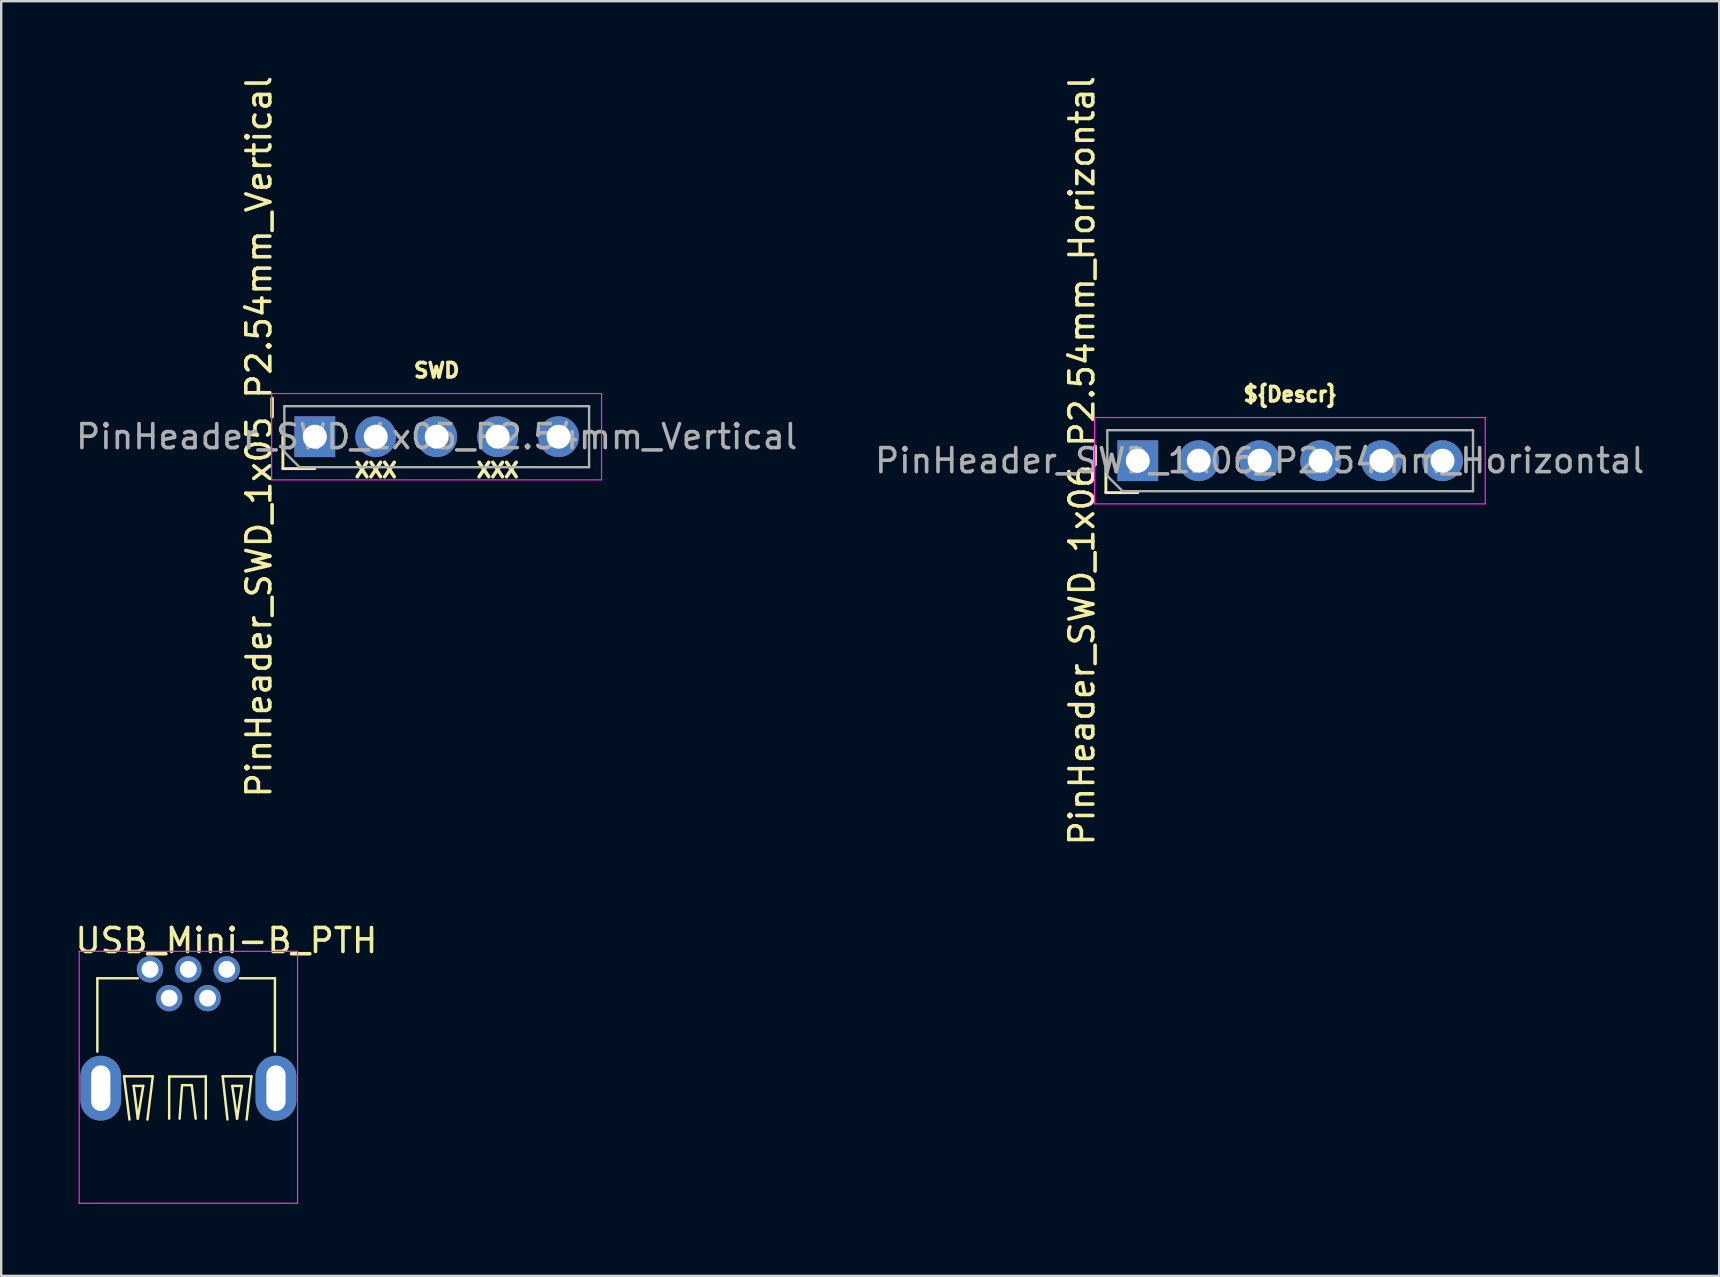
<source format=kicad_pcb>
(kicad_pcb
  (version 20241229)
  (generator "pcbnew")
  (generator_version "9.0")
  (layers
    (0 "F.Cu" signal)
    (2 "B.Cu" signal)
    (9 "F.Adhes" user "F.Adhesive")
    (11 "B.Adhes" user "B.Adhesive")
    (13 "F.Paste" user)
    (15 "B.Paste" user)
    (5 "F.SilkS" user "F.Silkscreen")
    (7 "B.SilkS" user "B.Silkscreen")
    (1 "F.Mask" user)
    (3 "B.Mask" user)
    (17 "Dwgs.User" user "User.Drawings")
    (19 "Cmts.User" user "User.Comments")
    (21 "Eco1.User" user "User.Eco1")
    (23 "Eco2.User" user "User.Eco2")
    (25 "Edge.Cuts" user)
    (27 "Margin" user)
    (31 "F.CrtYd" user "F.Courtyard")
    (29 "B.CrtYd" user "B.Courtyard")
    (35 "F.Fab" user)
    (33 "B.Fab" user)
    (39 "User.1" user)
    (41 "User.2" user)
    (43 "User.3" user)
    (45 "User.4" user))
  (footprint "USB_Mini-B_PTH"
    (layer "F.Cu")
    (at 3.2 37.346)
    (property "Reference" "USB_Mini-B_PTH" (at -3.2 -1.2 180) (layer "F.SilkS") (effects (font (size 1 1) (thickness 0.15)) (justify left)))
    (attr through_hole)
    (fp_line (start -2.193 0.372) (end -2.193 3.429) (stroke (width 0.102) (type solid)) (layer "F.SilkS"))
    (fp_line (start -2.193 0.372) (end -0.5 0.372) (stroke (width 0.102) (type solid)) (layer "F.SilkS"))
    (fp_line (start -1.081 4.458) (end 0.119 4.458) (stroke (width 0.102) (type solid)) (layer "F.SilkS"))
    (fp_line (start -0.856 6.258) (end -1.081 4.458) (stroke (width 0.102) (type solid)) (layer "F.SilkS"))
    (fp_line (start -0.681 4.858) (end -0.281 4.858) (stroke (width 0.102) (type solid)) (layer "F.SilkS"))
    (fp_line (start -0.508 6.223) (end -0.681 4.858) (stroke (width 0.102) (type solid)) (layer "F.SilkS"))
    (fp_line (start -0.281 4.858) (end -0.508 6.223) (stroke (width 0.102) (type solid)) (layer "F.SilkS"))
    (fp_line (start 0.119 4.458) (end -0.106 6.258) (stroke (width 0.102) (type solid)) (layer "F.SilkS"))
    (fp_line (start 0.8 4.465) (end 2.326 4.465) (stroke (width 0.102) (type solid)) (layer "F.SilkS"))
    (fp_line (start 0.8 6.223) (end 0.8 4.465) (stroke (width 0.102) (type solid)) (layer "F.SilkS"))
    (fp_line (start 1.336 4.846) (end 1.234 6.223) (stroke (width 0.102) (type solid)) (layer "F.SilkS"))
    (fp_line (start 1.742 4.826) (end 1.336 4.826) (stroke (width 0.102) (type solid)) (layer "F.SilkS"))
    (fp_line (start 1.905 6.223) (end 1.742 4.846) (stroke (width 0.102) (type solid)) (layer "F.SilkS"))
    (fp_line (start 2.326 4.465) (end 2.326 6.223) (stroke (width 0.102) (type solid)) (layer "F.SilkS"))
    (fp_line (start 3.029 4.458) (end 4.229 4.458) (stroke (width 0.102) (type solid)) (layer "F.SilkS"))
    (fp_line (start 3.229 6.258) (end 3.029 4.458) (stroke (width 0.102) (type solid)) (layer "F.SilkS"))
    (fp_line (start 3.429 4.858) (end 3.829 4.858) (stroke (width 0.102) (type solid)) (layer "F.SilkS"))
    (fp_line (start 3.629 6.223) (end 3.429 4.858) (stroke (width 0.102) (type solid)) (layer "F.SilkS"))
    (fp_line (start 3.75 0.372) (end 5.207 0.372) (stroke (width 0.102) (type solid)) (layer "F.SilkS"))
    (fp_line (start 3.829 4.858) (end 3.629 6.223) (stroke (width 0.102) (type solid)) (layer "F.SilkS"))
    (fp_line (start 4.229 4.458) (end 4.029 6.258) (stroke (width 0.102) (type solid)) (layer "F.SilkS"))
    (fp_line (start 5.207 0.372) (end 5.207 3.429) (stroke (width 0.102) (type solid)) (layer "F.SilkS"))
    (fp_line (start -2.95 -0.75) (end -2.95 9.75) (stroke (width 0.05) (type solid)) (layer "F.CrtYd"))
    (fp_line (start -2.95 9.75) (end 6.15 9.75) (stroke (width 0.05) (type solid)) (layer "F.CrtYd"))
    (fp_line (start 6.15 -0.75) (end -2.95 -0.75) (stroke (width 0.05) (type solid)) (layer "F.CrtYd"))
    (fp_line (start 6.15 9.75) (end 6.15 -0.75) (stroke (width 0.05) (type solid)) (layer "F.CrtYd"))
    (pad "1" thru_hole circle (at 0 0 270) (size 1.1 1.1) (drill 0.7) (layers "*.Cu" "*.Mask"))
    (pad "2" thru_hole circle (at 0.8 1.2 270) (size 1.1 1.1) (drill 0.7) (layers "*.Cu" "*.Mask"))
    (pad "3" thru_hole circle (at 1.6 0 270) (size 1.1 1.1) (drill 0.7) (layers "*.Cu" "*.Mask"))
    (pad "4" thru_hole circle (at 2.4 1.2 270) (size 1.1 1.1) (drill 0.7) (layers "*.Cu" "*.Mask"))
    (pad "5" thru_hole circle (at 3.2 0 270) (size 1.1 1.1) (drill 0.7) (layers "*.Cu" "*.Mask"))
    (pad "6" thru_hole oval (at -2.05 4.953 270) (size 2.7 1.7) (drill oval 1.9 0.8) (layers "*.Cu" "*.Mask"))
    (pad "6" thru_hole oval (at 5.25 4.953 270) (size 2.7 1.7) (drill oval 1.9 0.8) (layers "*.Cu" "*.Mask")))
  (footprint "PinHeader_SWD_1x05_P2.54mm_Vertical"
    (layer "F.Cu")
    (at 10.069 15.149)
    (property "Reference" "PinHeader_SWD_1x05_P2.54mm_Vertical" (at -2.33 0 90) (layer "F.SilkS") (effects (font (size 1 1) (thickness 0.15))))
    (property "STM32_PIN2" "XXX" (at 2.54 1.397 0) (layer "F.SilkS") (effects (font (size 0.6 0.6) (thickness 0.15))))
    (property "STM32_PIN4" "XXX" (at 7.62 1.397 0) (layer "F.SilkS") (effects (font (size 0.6 0.6) (thickness 0.15))))
    (attr through_hole)
    (fp_line (start -1.33 1.33) (end -1.33 0) (stroke (width 0.12) (type solid)) (layer "F.SilkS"))
    (fp_line (start 0 1.33) (end -1.33 1.33) (stroke (width 0.12) (type solid)) (layer "F.SilkS"))
    (fp_line (start -1.8 -1.8) (end -1.8 1.8) (stroke (width 0.05) (type solid)) (layer "F.CrtYd"))
    (fp_line (start -1.8 1.8) (end 11.95 1.8) (stroke (width 0.05) (type solid)) (layer "F.CrtYd"))
    (fp_line (start 11.95 -1.8) (end -1.8 -1.8) (stroke (width 0.05) (type solid)) (layer "F.CrtYd"))
    (fp_line (start 11.95 1.8) (end 11.95 -1.8) (stroke (width 0.05) (type solid)) (layer "F.CrtYd"))
    (fp_line (start -1.27 -1.27) (end 11.43 -1.27) (stroke (width 0.1) (type solid)) (layer "F.Fab"))
    (fp_line (start -1.27 0.635) (end -1.27 -1.27) (stroke (width 0.1) (type solid)) (layer "F.Fab"))
    (fp_line (start -0.635 1.27) (end -1.27 0.635) (stroke (width 0.1) (type solid)) (layer "F.Fab"))
    (fp_line (start 11.43 -1.27) (end 11.43 1.27) (stroke (width 0.1) (type solid)) (layer "F.Fab"))
    (fp_line (start 11.43 1.27) (end -0.635 1.27) (stroke (width 0.1) (type solid)) (layer "F.Fab"))
    (fp_text user "${NET_NAME(5)}" (at 10.16 -1.397 0) (unlocked yes) (layer "F.SilkS") (effects (font (size 0.6 0.6) (thickness 0.15) (bold yes)) (justify bottom)))
    (fp_text user "${NET_NAME(2)}" (at 2.54 -1.397 0) (unlocked yes) (layer "F.SilkS") (effects (font (size 0.6 0.6) (thickness 0.15) (bold yes)) (justify bottom)))
    (fp_text user "SWD" (at 5.08 -2.413 0) (unlocked yes) (layer "F.SilkS") (effects (font (size 0.6 0.6) (thickness 0.15) (bold yes)) (justify bottom)))
    (fp_text user "${NET_NAME(1)}" (at 0 -1.397 0) (unlocked yes) (layer "F.SilkS") (effects (font (size 0.6 0.6) (thickness 0.15) (bold yes)) (justify bottom)))
    (fp_text user "${NET_NAME(4)}" (at 7.62 -1.397 0) (unlocked yes) (layer "F.SilkS") (effects (font (size 0.6 0.6) (thickness 0.15) (bold yes)) (justify bottom)))
    (fp_text user "${NET_NAME(3)}" (at 5.08 -1.397 0) (unlocked yes) (layer "F.SilkS") (effects (font (size 0.6 0.6) (thickness 0.15) (bold yes)) (justify bottom)))
    (fp_text user "${REFERENCE}" (at 5.08 0 180) (layer "F.Fab") (effects (font (size 1 1) (thickness 0.15))))
    (pad "1" thru_hole rect (at 0 0 90) (size 1.7 1.7) (drill 1) (layers "*.Cu" "*.Mask"))
    (pad "2" thru_hole oval (at 2.54 0 90) (size 1.7 1.7) (drill 1) (layers "*.Cu" "*.Mask"))
    (pad "3" thru_hole oval (at 5.08 0 90) (size 1.7 1.7) (drill 1) (layers "*.Cu" "*.Mask"))
    (pad "4" thru_hole oval (at 7.62 0 90) (size 1.7 1.7) (drill 1) (layers "*.Cu" "*.Mask"))
    (pad "5" thru_hole oval (at 10.16 0 90) (size 1.7 1.7) (drill 1) (layers "*.Cu" "*.Mask")))
  (footprint "PinHeader_SWD_1x06_P2.54mm_Horizontal"
    (layer "F.Cu")
    (at 44.366 16.149)
    (property "Reference" "PinHeader_SWD_1x06_P2.54mm_Horizontal" (at -2.33 0 90) (layer "F.SilkS") (effects (font (size 1 1) (thickness 0.15))))
    (attr through_hole)
    (fp_line (start -1.33 1.33) (end -1.33 0) (stroke (width 0.12) (type solid)) (layer "F.SilkS"))
    (fp_line (start 0 1.33) (end -1.33 1.33) (stroke (width 0.12) (type solid)) (layer "F.SilkS"))
    (fp_line (start -1.8 -1.8) (end -1.8 1.8) (stroke (width 0.05) (type solid)) (layer "F.CrtYd"))
    (fp_line (start -1.8 1.8) (end 14.478 1.8) (stroke (width 0.05) (type solid)) (layer "F.CrtYd"))
    (fp_line (start 14.478 -1.8) (end -1.8 -1.8) (stroke (width 0.05) (type solid)) (layer "F.CrtYd"))
    (fp_line (start 14.478 1.8) (end 14.478 -1.8) (stroke (width 0.05) (type solid)) (layer "F.CrtYd"))
    (fp_line (start -1.27 -1.27) (end 13.97 -1.27) (stroke (width 0.1) (type solid)) (layer "F.Fab"))
    (fp_line (start -1.27 0.635) (end -1.27 -1.27) (stroke (width 0.1) (type solid)) (layer "F.Fab"))
    (fp_line (start -0.635 1.27) (end -1.27 0.635) (stroke (width 0.1) (type solid)) (layer "F.Fab"))
    (fp_line (start 13.97 -1.27) (end 13.97 1.27) (stroke (width 0.1) (type solid)) (layer "F.Fab"))
    (fp_line (start 13.97 1.27) (end -0.635 1.27) (stroke (width 0.1) (type solid)) (layer "F.Fab"))
    (fp_text user "${NET_NAME(6)}" (at 12.7 -1.397 0) (unlocked yes) (layer "F.SilkS") (effects (font (size 0.6 0.6) (thickness 0.15) (bold yes)) (justify bottom)))
    (fp_text user "${NET_NAME(5)}" (at 10.16 -1.397 0) (unlocked yes) (layer "F.SilkS") (effects (font (size 0.6 0.6) (thickness 0.15) (bold yes)) (justify bottom)))
    (fp_text user "${Descr}" (at 6.35 -2.413 0) (unlocked yes) (layer "F.SilkS") (effects (font (size 0.6 0.6) (thickness 0.15) (bold yes)) (justify bottom)))
    (fp_text user "${NET_NAME(4)}" (at 7.62 -1.397 0) (unlocked yes) (layer "F.SilkS") (effects (font (size 0.6 0.6) (thickness 0.15) (bold yes)) (justify bottom)))
    (fp_text user "${NET_NAME(3)}" (at 5.08 -1.397 0) (unlocked yes) (layer "F.SilkS") (effects (font (size 0.6 0.6) (thickness 0.15) (bold yes)) (justify bottom)))
    (fp_text user "${NET_NAME(2)}" (at 2.54 -1.397 0) (unlocked yes) (layer "F.SilkS") (effects (font (size 0.6 0.6) (thickness 0.15) (bold yes)) (justify bottom)))
    (fp_text user "${NET_NAME(1)}" (at 0 -1.397 0) (unlocked yes) (layer "F.SilkS") (effects (font (size 0.6 0.6) (thickness 0.15) (bold yes)) (justify bottom)))
    (fp_text user "${REFERENCE}" (at 5.08 0 180) (layer "F.Fab") (effects (font (size 1 1) (thickness 0.15))))
    (pad "1" thru_hole rect (at 0 0 90) (size 1.7 1.7) (drill 1) (layers "*.Cu" "*.Mask"))
    (pad "2" thru_hole oval (at 2.54 0 90) (size 1.7 1.7) (drill 1) (layers "*.Cu" "*.Mask"))
    (pad "3" thru_hole oval (at 5.08 0 90) (size 1.7 1.7) (drill 1) (layers "*.Cu" "*.Mask"))
    (pad "4" thru_hole oval (at 7.62 0 90) (size 1.7 1.7) (drill 1) (layers "*.Cu" "*.Mask"))
    (pad "5" thru_hole oval (at 10.16 0 90) (size 1.7 1.7) (drill 1) (layers "*.Cu" "*.Mask"))
    (pad "6" thru_hole oval (at 12.7 0 90) (size 1.7 1.7) (drill 1) (layers "*.Cu" "*.Mask")))
  (gr_rect
    (start -3 -3)
    (end 68.595 50.121)
    (stroke (width 0.1) (type default))
    (fill no)
    (layer "Edge.Cuts")))
</source>
